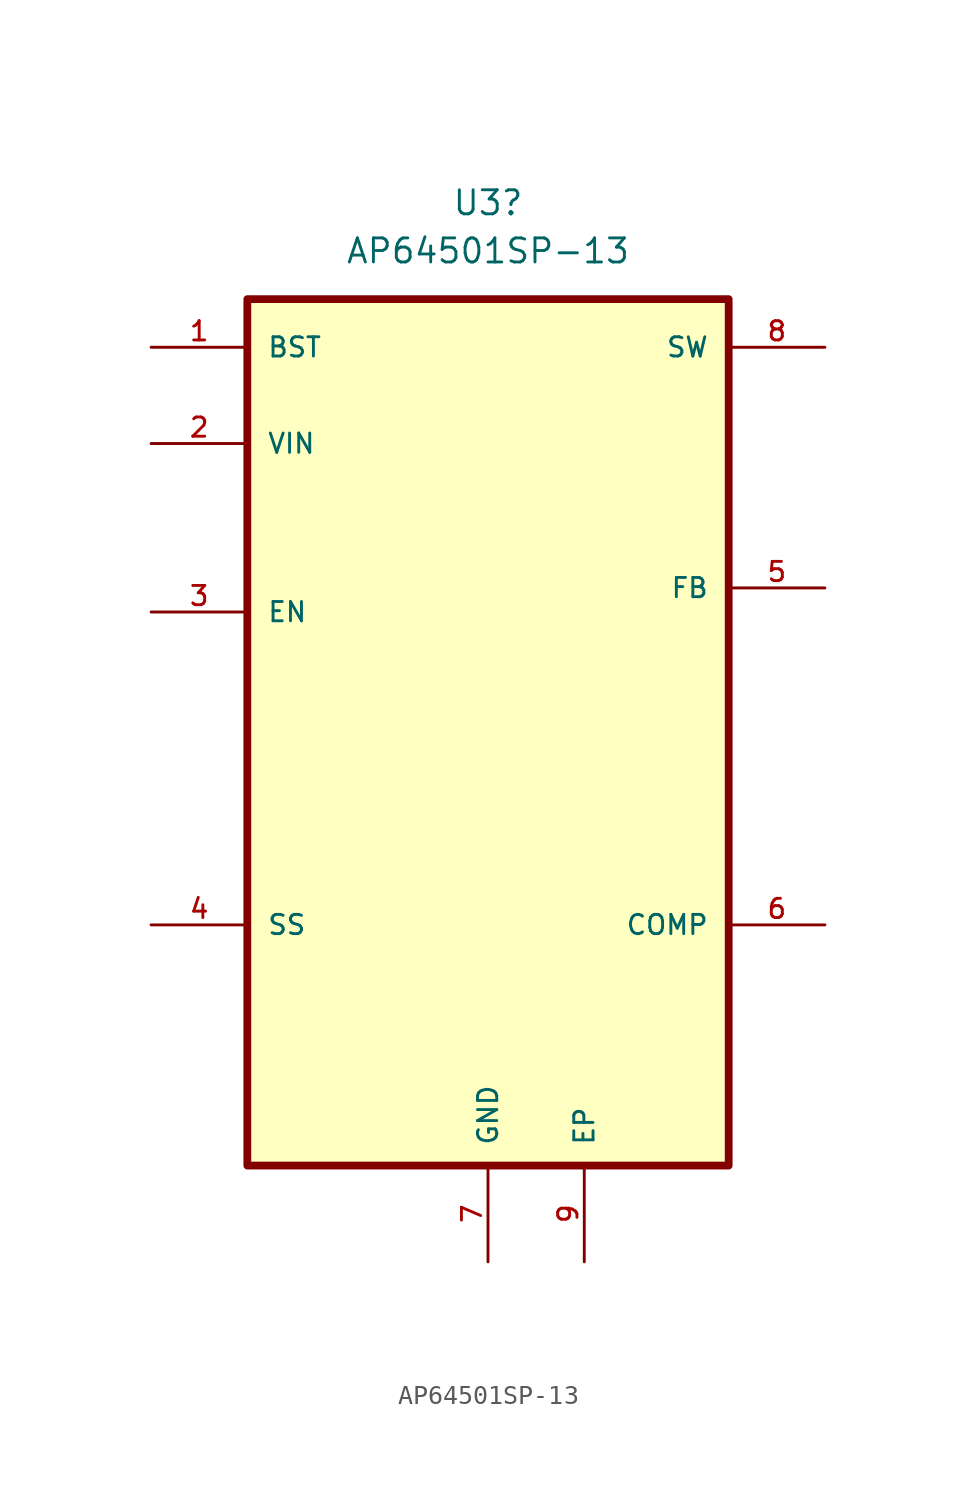
<source format=kicad_sym>
(kicad_symbol_lib
  (version 20241209)
  (generator "kicad_symbol_editor")
  (generator_version "9.0")
  (symbol "AP64501SP-13"
    (pin_names
      (offset 1.016))
    (property "Reference" "U3"
      (at 0 27.94 0)
      (effects (font (size 1.27 1.27))))
    (property "Value" "AP64501SP-13"
      (at 0 25.4 0)
      (effects (font (size 1.27 1.27))))
    (symbol "AP64501SP-13_0_0"
      (rectangle (start -12.7 -22.86) (end 12.7 22.86) (stroke (width 0.41) (type default)) (fill (type background)))
      (pin bidirectional line (at -17.78 20.32 0) (length 5.08) (name "BST" (effects (font (size 1.016 1.016)))) (number "1" (effects (font (size 1.016 1.016)))))
      (pin bidirectional line (at -17.78 6.35 0) (length 5.08) (name "EN" (effects (font (size 1.016 1.016)))) (number "3" (effects (font (size 1.016 1.016)))))
      (pin bidirectional line (at -17.78 -10.16 0) (length 5.08) (name "SS" (effects (font (size 1.016 1.016)))) (number "4" (effects (font (size 1.016 1.016)))))
      (pin power_in line (at 0 -27.94 90) (length 5.08) (name "GND" (effects (font (size 1.016 1.016)))) (number "7" (effects (font (size 1.016 1.016)))))
      (pin passive line (at 5.08 -27.94 90) (length 5.08) (name "EP" (effects (font (size 1.016 1.016)))) (number "9" (effects (font (size 1.016 1.016)))))
      (pin bidirectional line (at 17.78 20.32 180) (length 5.08) (name "SW" (effects (font (size 1.016 1.016)))) (number "8" (effects (font (size 1.016 1.016)))))
      (pin bidirectional line (at 17.78 7.62 180) (length 5.08) (name "FB" (effects (font (size 1.016 1.016)))) (number "5" (effects (font (size 1.016 1.016)))))
      (pin bidirectional line (at 17.78 -10.16 180) (length 5.08) (name "COMP" (effects (font (size 1.016 1.016)))) (number "6" (effects (font (size 1.016 1.016))))))
    (symbol "AP64501SP-13_1_0"
      (pin passive line (at -17.78 15.24 0) (length 5.08) (name "VIN" (effects (font (size 1.016 1.016)))) (number "2" (effects (font (size 1.016 1.016))))))))
</source>
